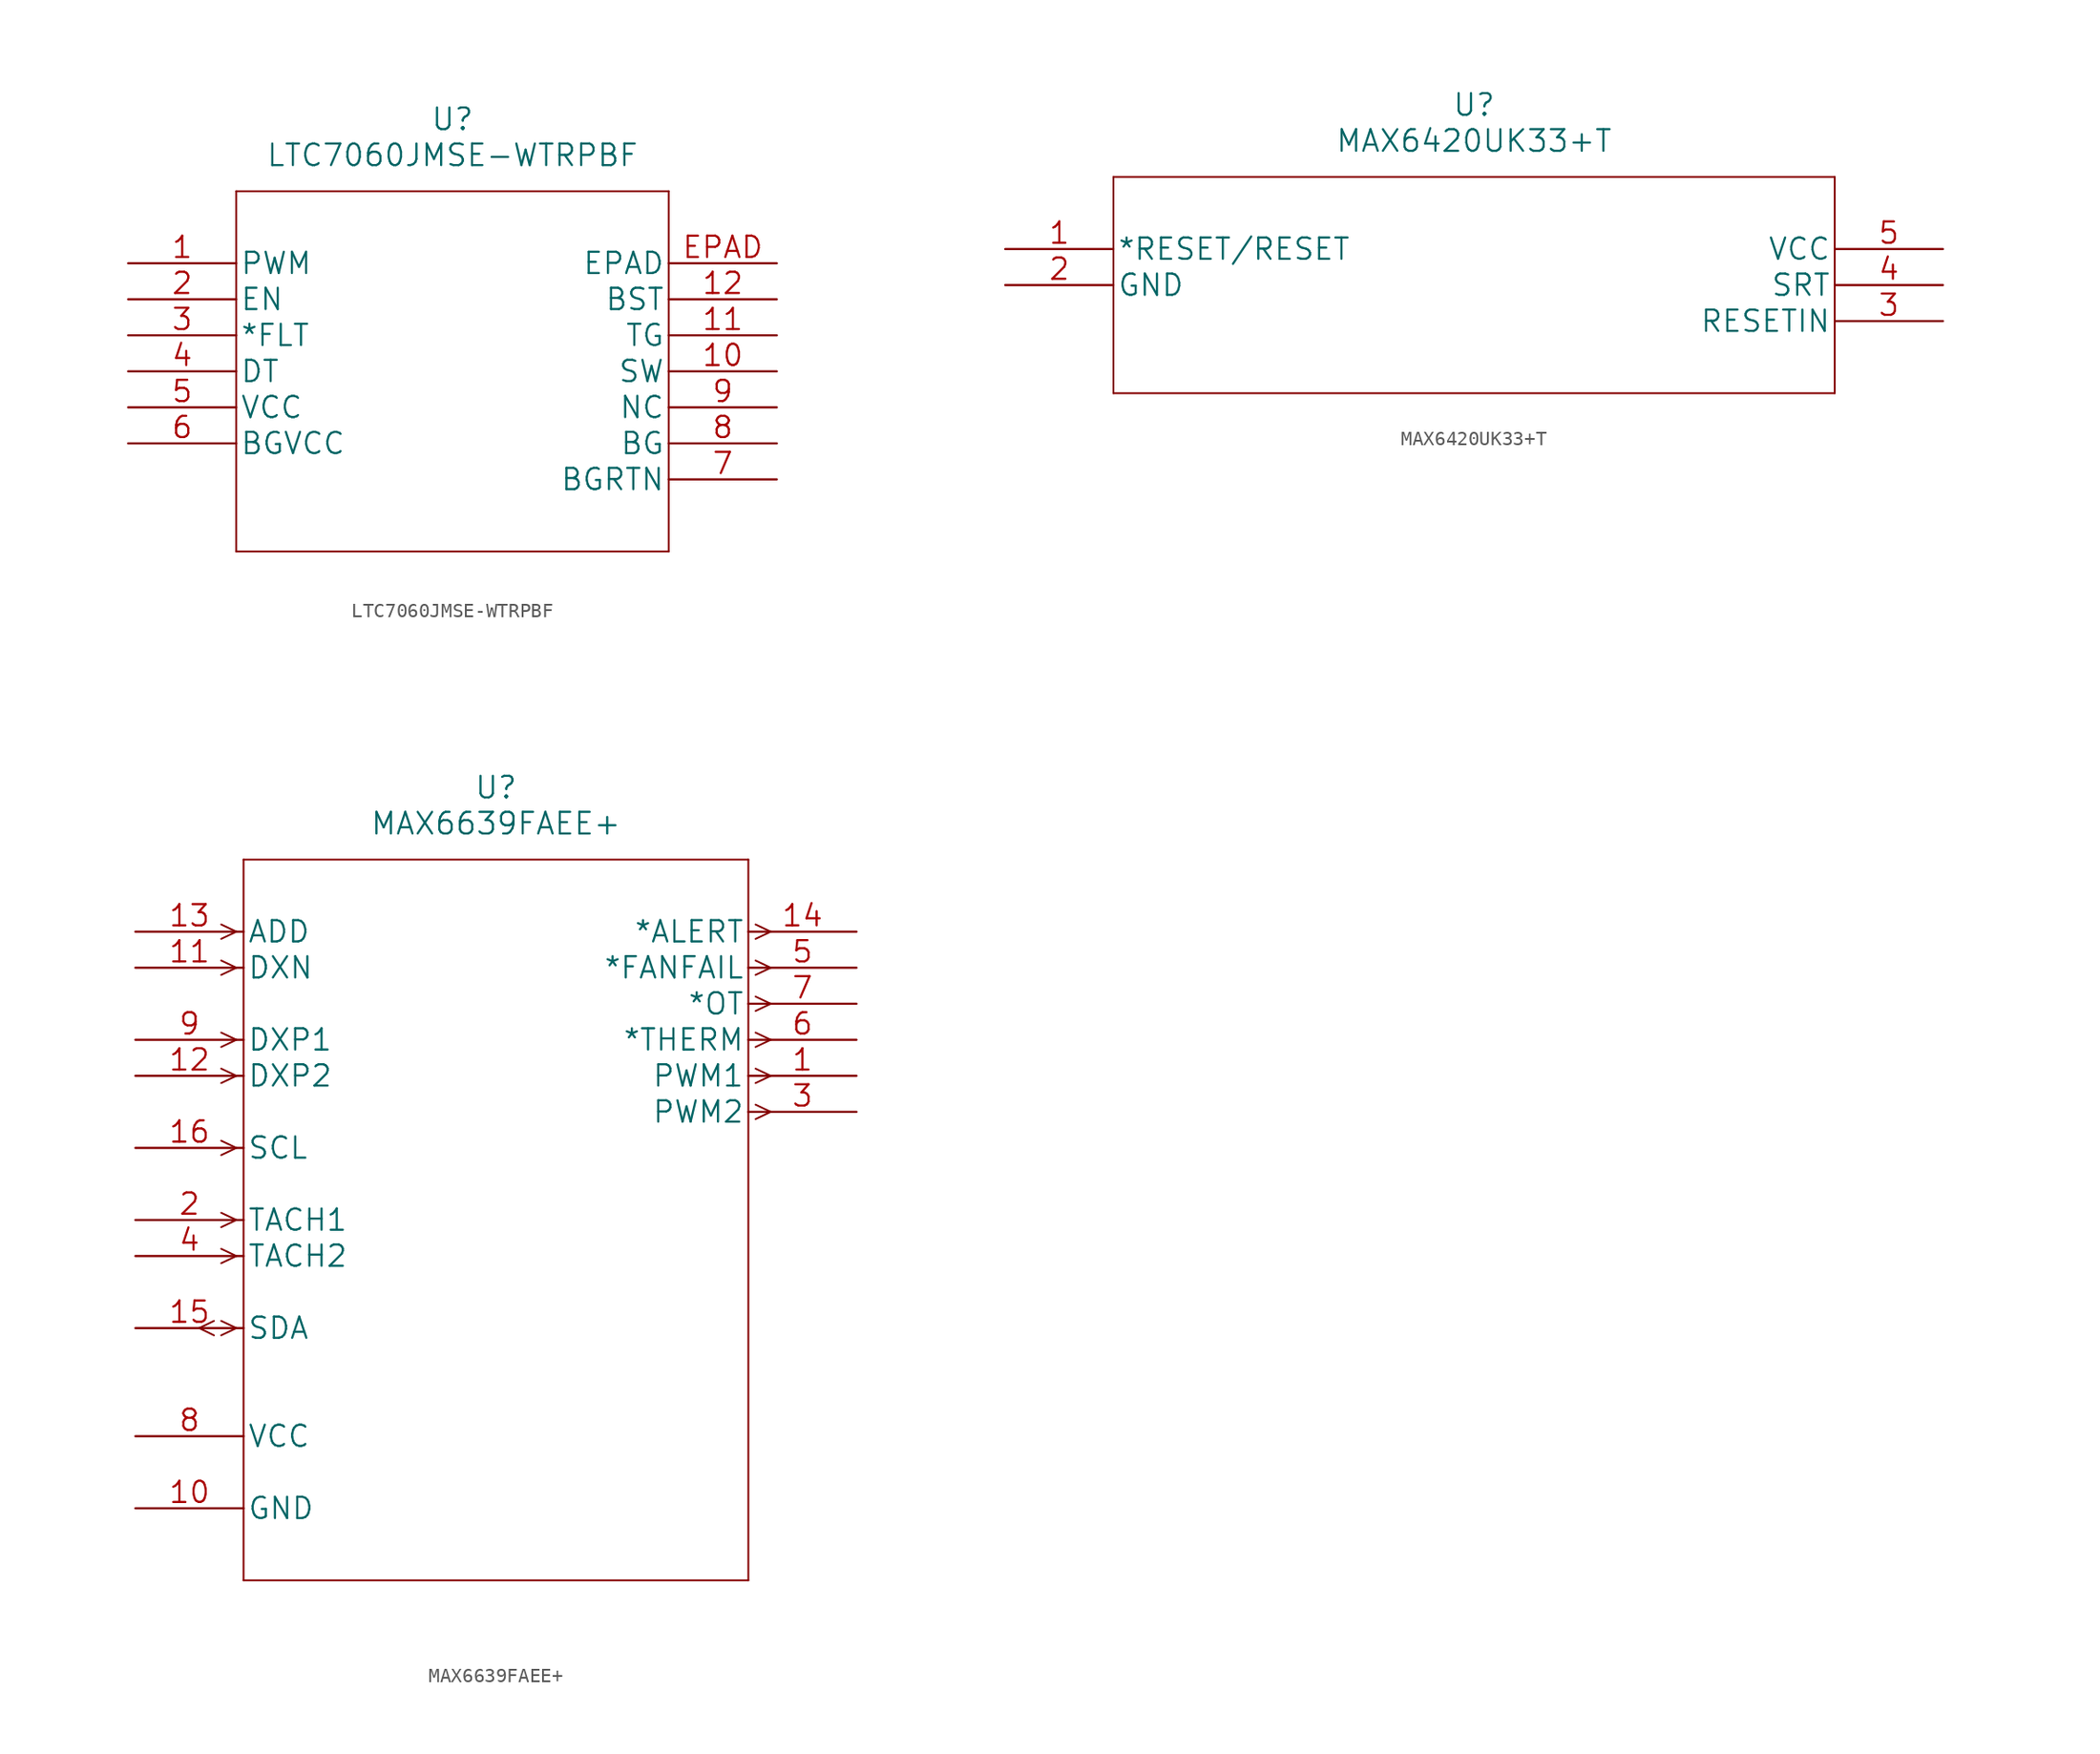
<source format=kicad_sym>
(kicad_symbol_lib
  (version 20211014)
  (generator kicad_symbol_editor)
  (symbol "LTC7060JMSE-WTRPBF"
    (pin_names
      (offset 0.254))
    (property "Reference" "U"
      (at 22.86 10.16 0)
      (effects (font (size 1.524 1.524))))
    (property "Value" "LTC7060JMSE-WTRPBF"
      (at 22.86 7.62 0)
      (effects (font (size 1.524 1.524))))
    (property "Datasheet" ""
      (at 0 0 0)
      (effects (font (size 1.524 1.524))))
    (property "ki_locked" ""
      (at 0 0 0)
      (effects (font (size 1.27 1.27))))
    (symbol "LTC7060JMSE-WTRPBF_1_1"
      (polyline (pts (xy 7.62 -20.32) (xy 38.1 -20.32)) (stroke (width 0.127) (type default) (color 0 0 0 0)) (fill (type none)))
      (polyline (pts (xy 7.62 5.08) (xy 7.62 -20.32)) (stroke (width 0.127) (type default) (color 0 0 0 0)) (fill (type none)))
      (polyline (pts (xy 38.1 -20.32) (xy 38.1 5.08)) (stroke (width 0.127) (type default) (color 0 0 0 0)) (fill (type none)))
      (polyline (pts (xy 38.1 5.08) (xy 7.62 5.08)) (stroke (width 0.127) (type default) (color 0 0 0 0)) (fill (type none)))
      (pin unspecified line (at 0 0 0) (length 7.62) (name "PWM" (effects (font (size 1.499 1.499)))) (number "1" (effects (font (size 1.499 1.499)))))
      (pin unspecified line (at 45.72 -7.62 180) (length 7.62) (name "SW" (effects (font (size 1.499 1.499)))) (number "10" (effects (font (size 1.499 1.499)))))
      (pin unspecified line (at 45.72 -5.08 180) (length 7.62) (name "TG" (effects (font (size 1.499 1.499)))) (number "11" (effects (font (size 1.499 1.499)))))
      (pin unspecified line (at 45.72 -2.54 180) (length 7.62) (name "BST" (effects (font (size 1.499 1.499)))) (number "12" (effects (font (size 1.499 1.499)))))
      (pin unspecified line (at 0 -2.54 0) (length 7.62) (name "EN" (effects (font (size 1.499 1.499)))) (number "2" (effects (font (size 1.499 1.499)))))
      (pin unspecified line (at 0 -5.08 0) (length 7.62) (name "*FLT" (effects (font (size 1.499 1.499)))) (number "3" (effects (font (size 1.499 1.499)))))
      (pin unspecified line (at 0 -7.62 0) (length 7.62) (name "DT" (effects (font (size 1.499 1.499)))) (number "4" (effects (font (size 1.499 1.499)))))
      (pin unspecified line (at 0 -10.16 0) (length 7.62) (name "VCC" (effects (font (size 1.499 1.499)))) (number "5" (effects (font (size 1.499 1.499)))))
      (pin unspecified line (at 0 -12.7 0) (length 7.62) (name "BGVCC" (effects (font (size 1.499 1.499)))) (number "6" (effects (font (size 1.499 1.499)))))
      (pin unspecified line (at 45.72 -15.24 180) (length 7.62) (name "BGRTN" (effects (font (size 1.499 1.499)))) (number "7" (effects (font (size 1.499 1.499)))))
      (pin unspecified line (at 45.72 -12.7 180) (length 7.62) (name "BG" (effects (font (size 1.499 1.499)))) (number "8" (effects (font (size 1.499 1.499)))))
      (pin unspecified line (at 45.72 -10.16 180) (length 7.62) (name "NC" (effects (font (size 1.499 1.499)))) (number "9" (effects (font (size 1.499 1.499)))))
      (pin unspecified line (at 45.72 0 180) (length 7.62) (name "EPAD" (effects (font (size 1.499 1.499)))) (number "EPAD" (effects (font (size 1.499 1.499)))))))
  (symbol "MAX6420UK33+T"
    (pin_names
      (offset 0.254))
    (property "Reference" "U"
      (at 33.02 10.16 0)
      (effects (font (size 1.524 1.524))))
    (property "Value" "MAX6420UK33+T"
      (at 33.02 7.62 0)
      (effects (font (size 1.524 1.524))))
    (property "Datasheet" ""
      (at 0 0 0)
      (effects (font (size 1.524 1.524))))
    (property "ki_locked" ""
      (at 0 0 0)
      (effects (font (size 1.27 1.27))))
    (symbol "MAX6420UK33+T_1_1"
      (polyline (pts (xy 7.62 -10.16) (xy 58.42 -10.16)) (stroke (width 0.127) (type default) (color 0 0 0 0)) (fill (type none)))
      (polyline (pts (xy 7.62 5.08) (xy 7.62 -10.16)) (stroke (width 0.127) (type default) (color 0 0 0 0)) (fill (type none)))
      (polyline (pts (xy 58.42 -10.16) (xy 58.42 5.08)) (stroke (width 0.127) (type default) (color 0 0 0 0)) (fill (type none)))
      (polyline (pts (xy 58.42 5.08) (xy 7.62 5.08)) (stroke (width 0.127) (type default) (color 0 0 0 0)) (fill (type none)))
      (pin unspecified line (at 0 0 0) (length 7.62) (name "*RESET/RESET" (effects (font (size 1.499 1.499)))) (number "1" (effects (font (size 1.499 1.499)))))
      (pin power_in line (at 0 -2.54 0) (length 7.62) (name "GND" (effects (font (size 1.499 1.499)))) (number "2" (effects (font (size 1.499 1.499)))))
      (pin input line (at 66.04 -5.08 180) (length 7.62) (name "RESETIN" (effects (font (size 1.499 1.499)))) (number "3" (effects (font (size 1.499 1.499)))))
      (pin input line (at 66.04 -2.54 180) (length 7.62) (name "SRT" (effects (font (size 1.499 1.499)))) (number "4" (effects (font (size 1.499 1.499)))))
      (pin power_in line (at 66.04 0 180) (length 7.62) (name "VCC" (effects (font (size 1.499 1.499)))) (number "5" (effects (font (size 1.499 1.499)))))))
  (symbol "MAX6639FAEE+"
    (pin_names
      (offset 0.254))
    (property "Reference" "U"
      (at 25.4 10.16 0)
      (effects (font (size 1.524 1.524))))
    (property "Value" "MAX6639FAEE+"
      (at 25.4 7.62 0)
      (effects (font (size 1.524 1.524))))
    (property "Datasheet" ""
      (at 0 0 0)
      (effects (font (size 1.524 1.524))))
    (property "ki_locked" ""
      (at 0 0 0)
      (effects (font (size 1.27 1.27))))
    (symbol "MAX6639FAEE+_1_1"
      (polyline (pts (xy 5.537 -28.448) (xy 4.496 -27.94)) (stroke (width 0.127) (type default) (color 0 0 0 0)) (fill (type none)))
      (polyline (pts (xy 5.537 -27.432) (xy 4.496 -27.94)) (stroke (width 0.127) (type default) (color 0 0 0 0)) (fill (type none)))
      (polyline (pts (xy 7.112 -27.94) (xy 6.045 -28.448)) (stroke (width 0.127) (type default) (color 0 0 0 0)) (fill (type none)))
      (polyline (pts (xy 7.112 -27.94) (xy 6.045 -27.432)) (stroke (width 0.127) (type default) (color 0 0 0 0)) (fill (type none)))
      (polyline (pts (xy 7.112 -22.86) (xy 6.045 -23.368)) (stroke (width 0.127) (type default) (color 0 0 0 0)) (fill (type none)))
      (polyline (pts (xy 7.112 -22.86) (xy 6.045 -22.352)) (stroke (width 0.127) (type default) (color 0 0 0 0)) (fill (type none)))
      (polyline (pts (xy 7.112 -20.32) (xy 6.045 -20.828)) (stroke (width 0.127) (type default) (color 0 0 0 0)) (fill (type none)))
      (polyline (pts (xy 7.112 -20.32) (xy 6.045 -19.812)) (stroke (width 0.127) (type default) (color 0 0 0 0)) (fill (type none)))
      (polyline (pts (xy 7.112 -15.24) (xy 6.045 -15.748)) (stroke (width 0.127) (type default) (color 0 0 0 0)) (fill (type none)))
      (polyline (pts (xy 7.112 -15.24) (xy 6.045 -14.732)) (stroke (width 0.127) (type default) (color 0 0 0 0)) (fill (type none)))
      (polyline (pts (xy 7.112 -10.16) (xy 6.045 -10.668)) (stroke (width 0.127) (type default) (color 0 0 0 0)) (fill (type none)))
      (polyline (pts (xy 7.112 -10.16) (xy 6.045 -9.652)) (stroke (width 0.127) (type default) (color 0 0 0 0)) (fill (type none)))
      (polyline (pts (xy 7.112 -7.62) (xy 6.045 -8.128)) (stroke (width 0.127) (type default) (color 0 0 0 0)) (fill (type none)))
      (polyline (pts (xy 7.112 -7.62) (xy 6.045 -7.112)) (stroke (width 0.127) (type default) (color 0 0 0 0)) (fill (type none)))
      (polyline (pts (xy 7.112 -2.54) (xy 6.045 -3.048)) (stroke (width 0.127) (type default) (color 0 0 0 0)) (fill (type none)))
      (polyline (pts (xy 7.112 -2.54) (xy 6.045 -2.032)) (stroke (width 0.127) (type default) (color 0 0 0 0)) (fill (type none)))
      (polyline (pts (xy 7.112 0) (xy 6.045 -0.508)) (stroke (width 0.127) (type default) (color 0 0 0 0)) (fill (type none)))
      (polyline (pts (xy 7.112 0) (xy 6.045 0.508)) (stroke (width 0.127) (type default) (color 0 0 0 0)) (fill (type none)))
      (polyline (pts (xy 7.62 -45.72) (xy 43.18 -45.72)) (stroke (width 0.127) (type default) (color 0 0 0 0)) (fill (type none)))
      (polyline (pts (xy 7.62 5.08) (xy 7.62 -45.72)) (stroke (width 0.127) (type default) (color 0 0 0 0)) (fill (type none)))
      (polyline (pts (xy 43.18 -45.72) (xy 43.18 5.08)) (stroke (width 0.127) (type default) (color 0 0 0 0)) (fill (type none)))
      (polyline (pts (xy 43.18 5.08) (xy 7.62 5.08)) (stroke (width 0.127) (type default) (color 0 0 0 0)) (fill (type none)))
      (polyline (pts (xy 43.688 -13.208) (xy 44.755 -12.7)) (stroke (width 0.127) (type default) (color 0 0 0 0)) (fill (type none)))
      (polyline (pts (xy 43.688 -12.192) (xy 44.755 -12.7)) (stroke (width 0.127) (type default) (color 0 0 0 0)) (fill (type none)))
      (polyline (pts (xy 43.688 -10.668) (xy 44.755 -10.16)) (stroke (width 0.127) (type default) (color 0 0 0 0)) (fill (type none)))
      (polyline (pts (xy 43.688 -9.652) (xy 44.755 -10.16)) (stroke (width 0.127) (type default) (color 0 0 0 0)) (fill (type none)))
      (polyline (pts (xy 43.688 -8.128) (xy 44.755 -7.62)) (stroke (width 0.127) (type default) (color 0 0 0 0)) (fill (type none)))
      (polyline (pts (xy 43.688 -7.112) (xy 44.755 -7.62)) (stroke (width 0.127) (type default) (color 0 0 0 0)) (fill (type none)))
      (polyline (pts (xy 43.688 -5.588) (xy 44.755 -5.08)) (stroke (width 0.127) (type default) (color 0 0 0 0)) (fill (type none)))
      (polyline (pts (xy 43.688 -4.572) (xy 44.755 -5.08)) (stroke (width 0.127) (type default) (color 0 0 0 0)) (fill (type none)))
      (polyline (pts (xy 43.688 -3.048) (xy 44.755 -2.54)) (stroke (width 0.127) (type default) (color 0 0 0 0)) (fill (type none)))
      (polyline (pts (xy 43.688 -2.032) (xy 44.755 -2.54)) (stroke (width 0.127) (type default) (color 0 0 0 0)) (fill (type none)))
      (polyline (pts (xy 43.688 -0.508) (xy 44.755 0)) (stroke (width 0.127) (type default) (color 0 0 0 0)) (fill (type none)))
      (polyline (pts (xy 43.688 0.508) (xy 44.755 0)) (stroke (width 0.127) (type default) (color 0 0 0 0)) (fill (type none)))
      (pin output line (at 50.8 -10.16 180) (length 7.62) (name "PWM1" (effects (font (size 1.499 1.499)))) (number "1" (effects (font (size 1.499 1.499)))))
      (pin power_in line (at 0 -40.64 0) (length 7.62) (name "GND" (effects (font (size 1.499 1.499)))) (number "10" (effects (font (size 1.499 1.499)))))
      (pin input line (at 0 -2.54 0) (length 7.62) (name "DXN" (effects (font (size 1.499 1.499)))) (number "11" (effects (font (size 1.499 1.499)))))
      (pin input line (at 0 -10.16 0) (length 7.62) (name "DXP2" (effects (font (size 1.499 1.499)))) (number "12" (effects (font (size 1.499 1.499)))))
      (pin input line (at 0 0 0) (length 7.62) (name "ADD" (effects (font (size 1.499 1.499)))) (number "13" (effects (font (size 1.499 1.499)))))
      (pin output line (at 50.8 0 180) (length 7.62) (name "*ALERT" (effects (font (size 1.499 1.499)))) (number "14" (effects (font (size 1.499 1.499)))))
      (pin bidirectional line (at 0 -27.94 0) (length 7.62) (name "SDA" (effects (font (size 1.499 1.499)))) (number "15" (effects (font (size 1.499 1.499)))))
      (pin input line (at 0 -15.24 0) (length 7.62) (name "SCL" (effects (font (size 1.499 1.499)))) (number "16" (effects (font (size 1.499 1.499)))))
      (pin input line (at 0 -20.32 0) (length 7.62) (name "TACH1" (effects (font (size 1.499 1.499)))) (number "2" (effects (font (size 1.499 1.499)))))
      (pin output line (at 50.8 -12.7 180) (length 7.62) (name "PWM2" (effects (font (size 1.499 1.499)))) (number "3" (effects (font (size 1.499 1.499)))))
      (pin input line (at 0 -22.86 0) (length 7.62) (name "TACH2" (effects (font (size 1.499 1.499)))) (number "4" (effects (font (size 1.499 1.499)))))
      (pin output line (at 50.8 -2.54 180) (length 7.62) (name "*FANFAIL" (effects (font (size 1.499 1.499)))) (number "5" (effects (font (size 1.499 1.499)))))
      (pin output line (at 50.8 -7.62 180) (length 7.62) (name "*THERM" (effects (font (size 1.499 1.499)))) (number "6" (effects (font (size 1.499 1.499)))))
      (pin output line (at 50.8 -5.08 180) (length 7.62) (name "*OT" (effects (font (size 1.499 1.499)))) (number "7" (effects (font (size 1.499 1.499)))))
      (pin power_in line (at 0 -35.56 0) (length 7.62) (name "VCC" (effects (font (size 1.499 1.499)))) (number "8" (effects (font (size 1.499 1.499)))))
      (pin input line (at 0 -7.62 0) (length 7.62) (name "DXP1" (effects (font (size 1.499 1.499)))) (number "9" (effects (font (size 1.499 1.499))))))))
</source>
